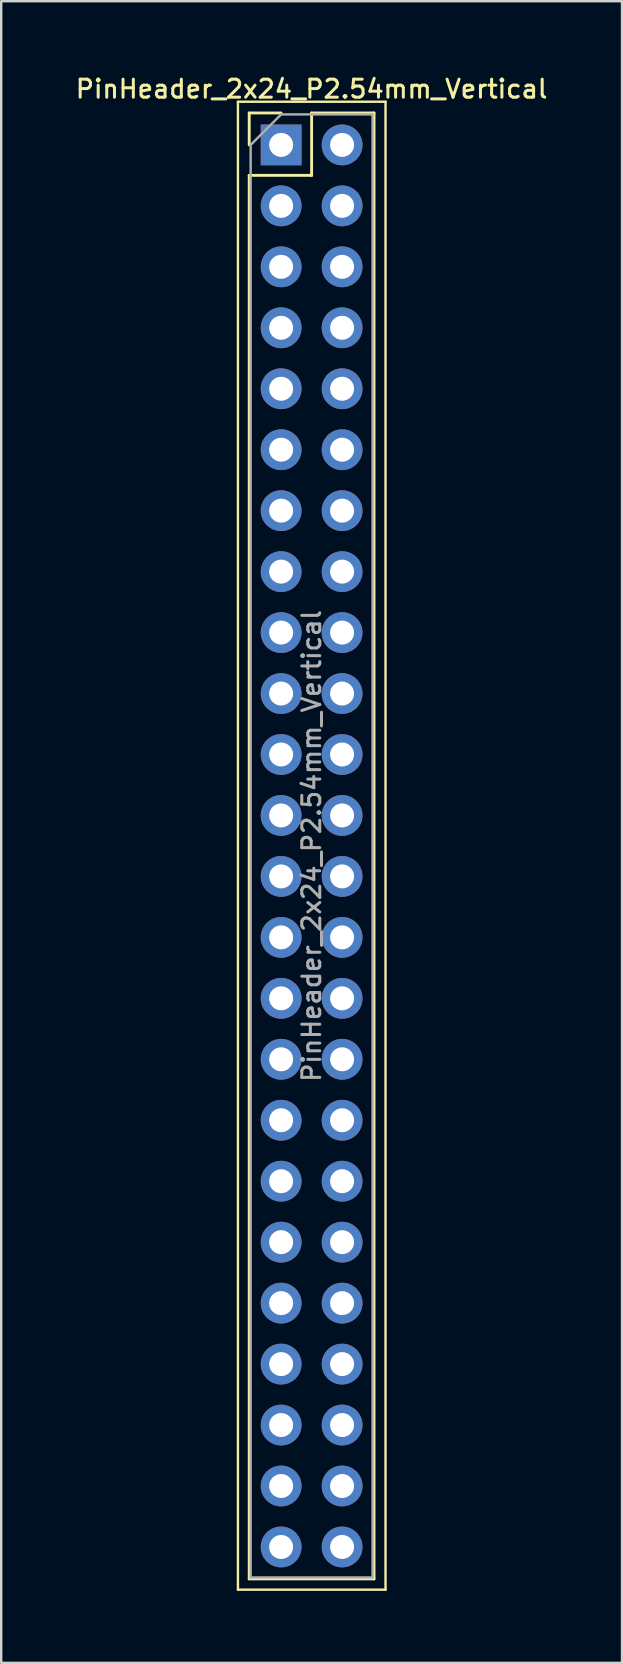
<source format=kicad_pcb>
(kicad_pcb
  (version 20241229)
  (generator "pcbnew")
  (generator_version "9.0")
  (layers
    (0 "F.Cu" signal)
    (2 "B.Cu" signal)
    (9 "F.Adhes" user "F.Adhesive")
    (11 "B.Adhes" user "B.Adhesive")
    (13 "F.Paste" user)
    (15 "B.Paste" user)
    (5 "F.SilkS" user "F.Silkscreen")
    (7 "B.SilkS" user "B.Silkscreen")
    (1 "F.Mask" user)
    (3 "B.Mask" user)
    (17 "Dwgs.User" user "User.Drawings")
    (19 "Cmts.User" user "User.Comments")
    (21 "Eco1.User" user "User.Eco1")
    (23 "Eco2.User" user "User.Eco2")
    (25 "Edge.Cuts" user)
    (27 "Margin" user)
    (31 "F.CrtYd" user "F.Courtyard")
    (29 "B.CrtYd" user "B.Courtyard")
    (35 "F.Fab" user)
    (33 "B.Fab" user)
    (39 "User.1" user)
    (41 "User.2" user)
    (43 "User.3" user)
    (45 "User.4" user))
  (footprint "PinHeader_2x24_P2.54mm_Vertical"
    (layer "F.Cu")
    (at 8.664 2.988)
    (property "Reference" "PinHeader_2x24_P2.54mm_Vertical" (at 1.27 -2.33 0) (layer "F.SilkS") (effects (font (size 0.75 0.75) (thickness 0.125))))
    (attr through_hole)
    (fp_line (start -1.8 -1.8) (end -1.8 60.2) (stroke (width 0.1) (type solid)) (layer "F.SilkS"))
    (fp_line (start -1.8 60.2) (end 4.35 60.2) (stroke (width 0.1) (type solid)) (layer "F.SilkS"))
    (fp_line (start -1.33 -1.33) (end 0 -1.33) (stroke (width 0.12) (type solid)) (layer "F.SilkS"))
    (fp_line (start -1.33 0) (end -1.33 -1.33) (stroke (width 0.12) (type solid)) (layer "F.SilkS"))
    (fp_line (start -1.33 1.27) (end -1.33 59.75) (stroke (width 0.12) (type solid)) (layer "F.SilkS"))
    (fp_line (start -1.33 1.27) (end 1.27 1.27) (stroke (width 0.12) (type solid)) (layer "F.SilkS"))
    (fp_line (start -1.33 59.75) (end 3.87 59.75) (stroke (width 0.12) (type solid)) (layer "F.SilkS"))
    (fp_line (start 1.27 -1.33) (end 3.87 -1.33) (stroke (width 0.12) (type solid)) (layer "F.SilkS"))
    (fp_line (start 1.27 1.27) (end 1.27 -1.33) (stroke (width 0.12) (type solid)) (layer "F.SilkS"))
    (fp_line (start 3.87 -1.33) (end 3.87 59.75) (stroke (width 0.12) (type solid)) (layer "F.SilkS"))
    (fp_line (start 4.35 -1.8) (end -1.8 -1.8) (stroke (width 0.1) (type solid)) (layer "F.SilkS"))
    (fp_line (start 4.35 60.2) (end 4.35 -1.8) (stroke (width 0.1) (type solid)) (layer "F.SilkS"))
    (fp_line (start -1.27 0) (end 0 -1.27) (stroke (width 0.1) (type solid)) (layer "F.Fab"))
    (fp_line (start -1.27 59.69) (end -1.27 0) (stroke (width 0.1) (type solid)) (layer "F.Fab"))
    (fp_line (start 0 -1.27) (end 3.81 -1.27) (stroke (width 0.1) (type solid)) (layer "F.Fab"))
    (fp_line (start 3.81 -1.27) (end 3.81 59.69) (stroke (width 0.1) (type solid)) (layer "F.Fab"))
    (fp_line (start 3.81 59.69) (end -1.27 59.69) (stroke (width 0.1) (type solid)) (layer "F.Fab"))
    (fp_text user "${REFERENCE}" (at 1.27 29.21 90) (layer "F.Fab") (effects (font (size 0.75 0.75) (thickness 0.125))))
    (pad "1" thru_hole rect (at 0 0) (size 1.7 1.7) (drill 1) (layers "*.Cu" "*.Mask"))
    (pad "2" thru_hole oval (at 2.54 0) (size 1.7 1.7) (drill 1) (layers "*.Cu" "*.Mask"))
    (pad "3" thru_hole oval (at 0 2.54) (size 1.7 1.7) (drill 1) (layers "*.Cu" "*.Mask"))
    (pad "4" thru_hole oval (at 2.54 2.54) (size 1.7 1.7) (drill 1) (layers "*.Cu" "*.Mask"))
    (pad "5" thru_hole oval (at 0 5.08) (size 1.7 1.7) (drill 1) (layers "*.Cu" "*.Mask"))
    (pad "6" thru_hole oval (at 2.54 5.08) (size 1.7 1.7) (drill 1) (layers "*.Cu" "*.Mask"))
    (pad "7" thru_hole oval (at 0 7.62) (size 1.7 1.7) (drill 1) (layers "*.Cu" "*.Mask"))
    (pad "8" thru_hole oval (at 2.54 7.62) (size 1.7 1.7) (drill 1) (layers "*.Cu" "*.Mask"))
    (pad "9" thru_hole oval (at 0 10.16) (size 1.7 1.7) (drill 1) (layers "*.Cu" "*.Mask"))
    (pad "10" thru_hole oval (at 2.54 10.16) (size 1.7 1.7) (drill 1) (layers "*.Cu" "*.Mask"))
    (pad "11" thru_hole oval (at 0 12.7) (size 1.7 1.7) (drill 1) (layers "*.Cu" "*.Mask"))
    (pad "12" thru_hole oval (at 2.54 12.7) (size 1.7 1.7) (drill 1) (layers "*.Cu" "*.Mask"))
    (pad "13" thru_hole oval (at 0 15.24) (size 1.7 1.7) (drill 1) (layers "*.Cu" "*.Mask"))
    (pad "14" thru_hole oval (at 2.54 15.24) (size 1.7 1.7) (drill 1) (layers "*.Cu" "*.Mask"))
    (pad "15" thru_hole oval (at 0 17.78) (size 1.7 1.7) (drill 1) (layers "*.Cu" "*.Mask"))
    (pad "16" thru_hole oval (at 2.54 17.78) (size 1.7 1.7) (drill 1) (layers "*.Cu" "*.Mask"))
    (pad "17" thru_hole oval (at 0 20.32) (size 1.7 1.7) (drill 1) (layers "*.Cu" "*.Mask"))
    (pad "18" thru_hole oval (at 2.54 20.32) (size 1.7 1.7) (drill 1) (layers "*.Cu" "*.Mask"))
    (pad "19" thru_hole oval (at 0 22.86) (size 1.7 1.7) (drill 1) (layers "*.Cu" "*.Mask"))
    (pad "20" thru_hole oval (at 2.54 22.86) (size 1.7 1.7) (drill 1) (layers "*.Cu" "*.Mask"))
    (pad "21" thru_hole oval (at 0 25.4) (size 1.7 1.7) (drill 1) (layers "*.Cu" "*.Mask"))
    (pad "22" thru_hole oval (at 2.54 25.4) (size 1.7 1.7) (drill 1) (layers "*.Cu" "*.Mask"))
    (pad "23" thru_hole oval (at 0 27.94) (size 1.7 1.7) (drill 1) (layers "*.Cu" "*.Mask"))
    (pad "24" thru_hole oval (at 2.54 27.94) (size 1.7 1.7) (drill 1) (layers "*.Cu" "*.Mask"))
    (pad "25" thru_hole oval (at 0 30.48) (size 1.7 1.7) (drill 1) (layers "*.Cu" "*.Mask"))
    (pad "26" thru_hole oval (at 2.54 30.48) (size 1.7 1.7) (drill 1) (layers "*.Cu" "*.Mask"))
    (pad "27" thru_hole oval (at 0 33.02) (size 1.7 1.7) (drill 1) (layers "*.Cu" "*.Mask"))
    (pad "28" thru_hole oval (at 2.54 33.02) (size 1.7 1.7) (drill 1) (layers "*.Cu" "*.Mask"))
    (pad "29" thru_hole oval (at 0 35.56) (size 1.7 1.7) (drill 1) (layers "*.Cu" "*.Mask"))
    (pad "30" thru_hole oval (at 2.54 35.56) (size 1.7 1.7) (drill 1) (layers "*.Cu" "*.Mask"))
    (pad "31" thru_hole oval (at 0 38.1) (size 1.7 1.7) (drill 1) (layers "*.Cu" "*.Mask"))
    (pad "32" thru_hole oval (at 2.54 38.1) (size 1.7 1.7) (drill 1) (layers "*.Cu" "*.Mask"))
    (pad "33" thru_hole oval (at 0 40.64) (size 1.7 1.7) (drill 1) (layers "*.Cu" "*.Mask"))
    (pad "34" thru_hole oval (at 2.54 40.64) (size 1.7 1.7) (drill 1) (layers "*.Cu" "*.Mask"))
    (pad "35" thru_hole oval (at 0 43.18) (size 1.7 1.7) (drill 1) (layers "*.Cu" "*.Mask"))
    (pad "36" thru_hole oval (at 2.54 43.18) (size 1.7 1.7) (drill 1) (layers "*.Cu" "*.Mask"))
    (pad "37" thru_hole oval (at 0 45.72) (size 1.7 1.7) (drill 1) (layers "*.Cu" "*.Mask"))
    (pad "38" thru_hole oval (at 2.54 45.72) (size 1.7 1.7) (drill 1) (layers "*.Cu" "*.Mask"))
    (pad "39" thru_hole oval (at 0 48.26) (size 1.7 1.7) (drill 1) (layers "*.Cu" "*.Mask"))
    (pad "40" thru_hole oval (at 2.54 48.26) (size 1.7 1.7) (drill 1) (layers "*.Cu" "*.Mask"))
    (pad "41" thru_hole oval (at 0 50.8) (size 1.7 1.7) (drill 1) (layers "*.Cu" "*.Mask"))
    (pad "42" thru_hole oval (at 2.54 50.8) (size 1.7 1.7) (drill 1) (layers "*.Cu" "*.Mask"))
    (pad "43" thru_hole oval (at 0 53.34) (size 1.7 1.7) (drill 1) (layers "*.Cu" "*.Mask"))
    (pad "44" thru_hole oval (at 2.54 53.34) (size 1.7 1.7) (drill 1) (layers "*.Cu" "*.Mask"))
    (pad "45" thru_hole oval (at 0 55.88) (size 1.7 1.7) (drill 1) (layers "*.Cu" "*.Mask"))
    (pad "46" thru_hole oval (at 2.54 55.88) (size 1.7 1.7) (drill 1) (layers "*.Cu" "*.Mask"))
    (pad "47" thru_hole oval (at 0 58.42) (size 1.7 1.7) (drill 1) (layers "*.Cu" "*.Mask"))
    (pad "48" thru_hole oval (at 2.54 58.42) (size 1.7 1.7) (drill 1) (layers "*.Cu" "*.Mask")))
  (gr_rect
    (start -3 -3)
    (end 22.868 66.238)
    (stroke (width 0.1) (type default))
    (fill no)
    (layer "Edge.Cuts")))
</source>
